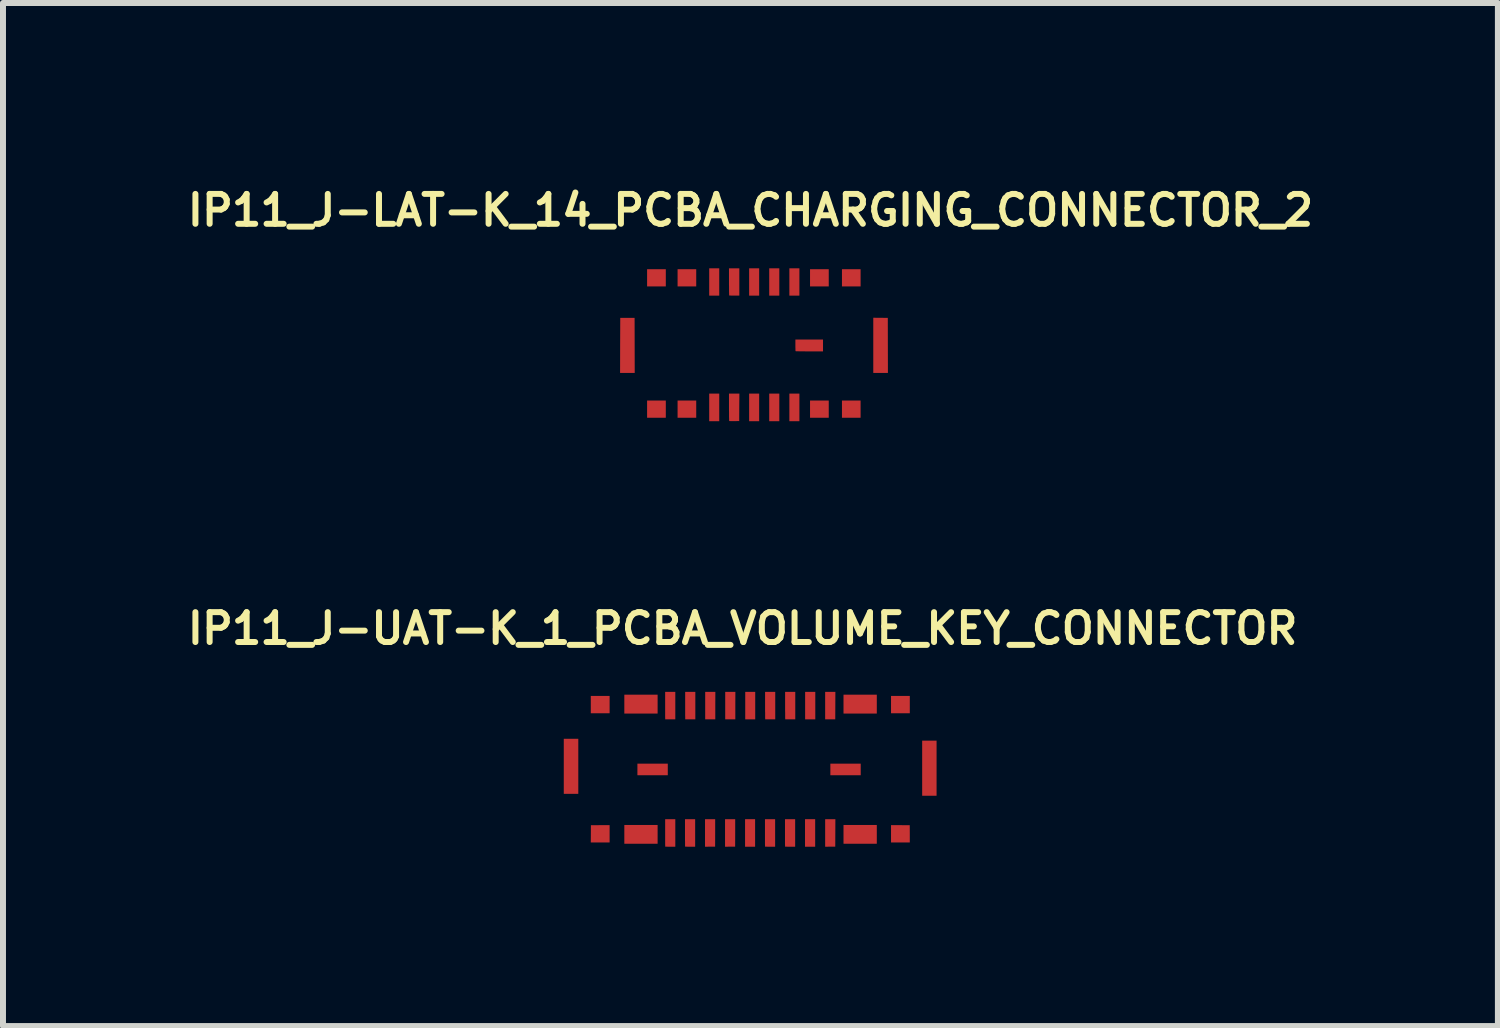
<source format=kicad_pcb>
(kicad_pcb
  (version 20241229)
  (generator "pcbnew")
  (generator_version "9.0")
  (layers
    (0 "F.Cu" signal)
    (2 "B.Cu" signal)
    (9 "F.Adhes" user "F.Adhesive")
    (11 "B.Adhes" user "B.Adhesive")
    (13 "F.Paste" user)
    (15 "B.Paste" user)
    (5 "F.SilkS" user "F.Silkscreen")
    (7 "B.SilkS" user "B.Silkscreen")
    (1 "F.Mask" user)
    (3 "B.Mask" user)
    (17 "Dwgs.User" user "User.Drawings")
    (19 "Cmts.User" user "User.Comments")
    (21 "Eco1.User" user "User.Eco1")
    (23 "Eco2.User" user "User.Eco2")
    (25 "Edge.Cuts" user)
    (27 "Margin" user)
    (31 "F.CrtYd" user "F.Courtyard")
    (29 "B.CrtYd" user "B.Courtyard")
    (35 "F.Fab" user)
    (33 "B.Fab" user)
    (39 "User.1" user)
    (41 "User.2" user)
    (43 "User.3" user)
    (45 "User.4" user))
  (footprint "IP11_J-UAT-K_1_PCBA_VOLUME_KEY_CONNECTOR"
    (layer "F.Cu")
    (at 9.499 9.815)
    (property "Reference" "IP11_J-UAT-K_1_PCBA_VOLUME_KEY_CONNECTOR" (at -0.125 -2.35 0) (layer "F.SilkS") (effects (font (size 0.5 0.5) (thickness 0.1) (bold yes))))
    (attr board_only exclude_from_pos_files exclude_from_bom)
    (pad "1" smd custom (at -1.325 1.075) (size 0.1 0.1) (layers "F.Cu" "F.Mask" "F.Paste") (options (anchor circle)) (primitives (gr_poly (pts (xy 0.074 -0.004) (xy 0.074 0.226) (xy -0.009 0.226) (xy -0.03 0.226) (xy -0.049 0.226) (xy -0.065 0.225) (xy -0.078 0.225) (xy -0.088 0.225) (xy -0.094 0.224) (xy -0.095 0.224) (xy -0.095 0.221) (xy -0.095 0.214) (xy -0.095 0.201) (xy -0.096 0.185) (xy -0.096 0.165) (xy -0.096 0.142) (xy -0.096 0.116) (xy -0.096 0.087) (xy -0.096 0.056) (xy -0.096 0.023) (xy -0.096 -0.006) (xy -0.096 -0.235) (xy -0.011 -0.235) (xy 0.074 -0.235)) (width 0) (fill yes))))
    (pad "2" smd custom (at -1 1.075) (size 0.1 0.1) (layers "F.Cu" "F.Mask" "F.Paste") (options (anchor circle)) (primitives (gr_poly (pts (xy 0.081 -0.004) (xy 0.081 0.226) (xy -0.002 0.226) (xy -0.022 0.226) (xy -0.041 0.226) (xy -0.057 0.225) (xy -0.071 0.225) (xy -0.081 0.225) (xy -0.086 0.224) (xy -0.087 0.224) (xy -0.087 0.221) (xy -0.088 0.214) (xy -0.088 0.201) (xy -0.088 0.185) (xy -0.088 0.165) (xy -0.088 0.142) (xy -0.089 0.116) (xy -0.089 0.087) (xy -0.089 0.056) (xy -0.089 0.023) (xy -0.089 -0.006) (xy -0.089 -0.235) (xy -0.004 -0.235) (xy 0.081 -0.235)) (width 0) (fill yes))))
    (pad "3" smd custom (at -0.65 1.075) (size 0.1 0.1) (layers "F.Cu" "F.Mask" "F.Paste") (options (anchor circle)) (primitives (gr_poly (pts (xy 0.066 -0.005) (xy 0.065 0.225) (xy -0.019 0.225) (xy -0.104 0.226) (xy -0.104 -0.004) (xy -0.104 -0.235) (xy -0.019 -0.235) (xy 0.066 -0.235)) (width 0) (fill yes))))
    (pad "4" smd custom (at -0.3 1.05) (size 0.1 0.1) (layers "F.Cu" "F.Mask" "F.Paste") (options (anchor circle)) (primitives (gr_poly (pts (xy 0.051 0.02) (xy 0.05 0.25) (xy -0.034 0.25) (xy -0.119 0.251) (xy -0.119 0.021) (xy -0.119 -0.21) (xy -0.034 -0.21) (xy 0.051 -0.21)) (width 0) (fill yes))))
    (pad "5" smd custom (at 0 1.075) (size 0.1 0.1) (layers "F.Cu" "F.Mask" "F.Paste") (options (anchor circle)) (primitives (gr_poly (pts (xy 0.084 -0.004) (xy 0.084 0.226) (xy 0 0.226) (xy -0.084 0.226) (xy -0.084 -0.004) (xy -0.084 -0.235) (xy 0 -0.235) (xy 0.084 -0.235)) (width 0) (fill yes))))
    (pad "6" smd custom (at 0.35 1.075) (size 0.1 0.1) (layers "F.Cu" "F.Mask" "F.Paste") (options (anchor circle)) (primitives (gr_poly (pts (xy 0.069 -0.004) (xy 0.069 0.226) (xy -0.015 0.226) (xy -0.035 0.226) (xy -0.054 0.226) (xy -0.07 0.225) (xy -0.083 0.225) (xy -0.093 0.225) (xy -0.099 0.224) (xy -0.1 0.224) (xy -0.1 0.221) (xy -0.1 0.214) (xy -0.1 0.201) (xy -0.101 0.185) (xy -0.101 0.165) (xy -0.101 0.142) (xy -0.101 0.116) (xy -0.101 0.087) (xy -0.101 0.056) (xy -0.101 0.023) (xy -0.101 -0.006) (xy -0.101 -0.235) (xy -0.016 -0.235) (xy 0.069 -0.235)) (width 0) (fill yes))))
    (pad "7" smd custom (at 0.65 1.05) (size 0.1 0.1) (layers "F.Cu" "F.Mask" "F.Paste") (options (anchor circle)) (primitives (gr_poly (pts (xy 0.104 0.021) (xy 0.104 0.251) (xy 0.021 0.251) (xy 0.000126 0.251) (xy -0.019 0.251) (xy -0.035 0.25) (xy -0.048 0.25) (xy -0.058 0.25) (xy -0.064 0.249) (xy -0.065 0.249) (xy -0.065 0.246) (xy -0.065 0.239) (xy -0.065 0.226) (xy -0.066 0.21) (xy -0.066 0.19) (xy -0.066 0.167) (xy -0.066 0.141) (xy -0.066 0.112) (xy -0.066 0.081) (xy -0.066 0.048) (xy -0.066 0.019) (xy -0.066 -0.21) (xy 0.019 -0.21) (xy 0.104 -0.21)) (width 0) (fill yes))))
    (pad "8" smd custom (at 1 1.075) (size 0.1 0.1) (layers "F.Cu" "F.Mask" "F.Paste") (options (anchor circle)) (primitives (gr_poly (pts (xy 0.089 -0.004) (xy 0.089 0.226) (xy 0.004 0.226) (xy -0.081 0.226) (xy -0.081 -0.004) (xy -0.081 -0.235) (xy 0.004 -0.235) (xy 0.089 -0.235)) (width 0) (fill yes))))
    (pad "9" smd custom (at 1.35 1.075) (size 0.1 0.1) (layers "F.Cu" "F.Mask" "F.Paste") (options (anchor circle)) (primitives (gr_poly (pts (xy 0.076 -0.005) (xy 0.075 0.225) (xy -0.009 0.225) (xy -0.094 0.226) (xy -0.094 -0.004) (xy -0.094 -0.235) (xy -0.009 -0.235) (xy 0.077 -0.235)) (width 0) (fill yes))))
    (pad "10" smd custom (at -1.325 -1.025) (size 0.01 0.01) (layers "F.Cu" "F.Mask" "F.Paste") (options (anchor circle)) (primitives (gr_poly (pts (xy 0.074 -0.035) (xy 0.074 0.195) (xy -0.009 0.195) (xy -0.03 0.195) (xy -0.049 0.195) (xy -0.065 0.195) (xy -0.078 0.195) (xy -0.088 0.194) (xy -0.094 0.194) (xy -0.095 0.194) (xy -0.095 0.191) (xy -0.095 0.183) (xy -0.095 0.171) (xy -0.096 0.155) (xy -0.096 0.135) (xy -0.096 0.111) (xy -0.096 0.085) (xy -0.096 0.056) (xy -0.096 0.025) (xy -0.096 -0.008) (xy -0.096 -0.037) (xy -0.096 -0.265) (xy -0.011 -0.265) (xy 0.074 -0.265)) (width 0) (fill yes))))
    (pad "11" smd custom (at -1 -1.05) (size 0.1 0.1) (layers "F.Cu" "F.Mask" "F.Paste") (options (anchor circle)) (primitives (gr_poly (pts (xy 0.084 -0.01) (xy 0.084 0.22) (xy 0.001 0.22) (xy -0.02 0.22) (xy -0.039 0.22) (xy -0.055 0.22) (xy -0.068 0.22) (xy -0.078 0.219) (xy -0.084 0.219) (xy -0.085 0.219) (xy -0.085 0.216) (xy -0.085 0.208) (xy -0.085 0.196) (xy -0.085 0.18) (xy -0.086 0.16) (xy -0.086 0.136) (xy -0.086 0.11) (xy -0.086 0.081) (xy -0.086 0.05) (xy -0.086 0.017) (xy -0.086 -0.012) (xy -0.086 -0.24) (xy -0.001 -0.24) (xy 0.084 -0.24)) (width 0) (fill yes))))
    (pad "12" smd custom (at -0.65 -1.05) (size 0.1 0.1) (layers "F.Cu" "F.Mask" "F.Paste") (options (anchor circle)) (primitives (gr_poly (pts (xy 0.068 -0.011) (xy 0.068 0.219) (xy -0.017 0.22) (xy -0.101 0.22) (xy -0.101 -0.01) (xy -0.101 -0.24) (xy -0.016 -0.24) (xy 0.069 -0.24)) (width 0) (fill yes))))
    (pad "13" smd custom (at -0.325 -1.025) (size 0.1 0.1) (layers "F.Cu" "F.Mask" "F.Paste") (options (anchor circle)) (primitives (gr_poly (pts (xy 0.078 -0.036) (xy 0.078 0.194) (xy -0.007 0.195) (xy -0.091 0.195) (xy -0.091 -0.035) (xy -0.091 -0.265) (xy -0.006 -0.265) (xy 0.079 -0.265)) (width 0) (fill yes))))
    (pad "14" smd custom (at 0 -1.05) (size 0.1 0.1) (layers "F.Cu" "F.Mask" "F.Paste") (options (anchor circle)) (primitives (gr_poly (pts (xy 0.086 -0.01) (xy 0.086 0.22) (xy 0.003 0.22) (xy -0.081 0.22) (xy -0.081 -0.01) (xy -0.081 -0.24) (xy 0.003 -0.24) (xy 0.086 -0.24)) (width 0) (fill yes))))
    (pad "15" smd custom (at 0.325 -1.1) (size 0.1 0.1) (layers "F.Cu" "F.Mask" "F.Paste") (options (anchor circle)) (primitives (gr_poly (pts (xy 0.096 0.04) (xy 0.096 0.27) (xy 0.013 0.27) (xy -0.007 0.27) (xy -0.026 0.27) (xy -0.042 0.27) (xy -0.056 0.27) (xy -0.065 0.269) (xy -0.071 0.269) (xy -0.072 0.269) (xy -0.072 0.266) (xy -0.072 0.258) (xy -0.073 0.246) (xy -0.073 0.23) (xy -0.073 0.21) (xy -0.073 0.186) (xy -0.073 0.16) (xy -0.074 0.131) (xy -0.074 0.1) (xy -0.074 0.067) (xy -0.074 0.038) (xy -0.074 -0.19) (xy 0.011 -0.19) (xy 0.096 -0.19)) (width 0) (fill yes))))
    (pad "16" smd custom (at 0.675 -1.075) (size 0.1 0.1) (layers "F.Cu" "F.Mask" "F.Paste") (options (anchor circle)) (primitives (gr_poly (pts (xy 0.081 0.015) (xy 0.081 0.245) (xy -0.002 0.245) (xy -0.022 0.245) (xy -0.041 0.245) (xy -0.057 0.245) (xy -0.071 0.245) (xy -0.08 0.244) (xy -0.086 0.244) (xy -0.087 0.244) (xy -0.087 0.241) (xy -0.087 0.233) (xy -0.088 0.221) (xy -0.088 0.205) (xy -0.088 0.185) (xy -0.088 0.161) (xy -0.088 0.135) (xy -0.089 0.106) (xy -0.089 0.075) (xy -0.089 0.042) (xy -0.089 0.013) (xy -0.089 -0.215) (xy -0.004 -0.215) (xy 0.081 -0.215)) (width 0) (fill yes))))
    (pad "17" smd custom (at 1 -1.075) (size 0.1 0.1) (layers "F.Cu" "F.Mask" "F.Paste") (options (anchor circle)) (primitives (gr_poly (pts (xy 0.091 0.015) (xy 0.091 0.245) (xy 0.006 0.245) (xy -0.079 0.245) (xy -0.079 0.015) (xy -0.079 -0.215) (xy 0.006 -0.215) (xy 0.091 -0.215)) (width 0) (fill yes))))
    (pad "18" smd custom (at 1.325 -1.075) (size 0.1 0.1) (layers "F.Cu" "F.Mask" "F.Paste") (options (anchor circle)) (primitives (gr_poly (pts (xy 0.101 0.014) (xy 0.1 0.244) (xy 0.016 0.245) (xy -0.069 0.245) (xy -0.069 0.015) (xy -0.069 -0.215) (xy 0.016 -0.215) (xy 0.102 -0.215)) (width 0) (fill yes))))
    (pad "19" smd custom (at -1.85 1.15) (size 0.001 0.001) (layers "F.Cu" "F.Mask" "F.Paste") (options (anchor circle)) (primitives (gr_poly (pts (xy 0.303 -0.056) (xy 0.303 0.101) (xy 0.024 0.101) (xy -0.254 0.101) (xy -0.254 -0.056) (xy -0.254 -0.213) (xy 0.024 -0.213) (xy 0.303 -0.213)) (width 0) (fill yes))))
    (pad "20" smd custom (at -2.525 1.075) (size 0.001 0.001) (layers "F.Cu" "F.Mask" "F.Paste") (options (anchor circle)) (primitives (gr_poly (pts (xy 0.175 0.01) (xy 0.175 0.155) (xy 0.017 0.155) (xy -0.14 0.155) (xy -0.139 0.011) (xy -0.138 -0.134) (xy 0.018 -0.135) (xy 0.175 -0.135)) (width 0) (fill yes))))
    (pad "21" smd custom (at -3 -0.05) (size 0.001 0.001) (layers "F.Cu" "F.Mask" "F.Paste") (options (anchor circle)) (primitives (gr_poly (pts (xy 0.126 0.006) (xy 0.126 0.466) (xy 0.004 0.466) (xy -0.117 0.466) (xy -0.117 0.006) (xy -0.117 -0.455) (xy 0.004 -0.455) (xy 0.126 -0.455)) (width 0) (fill yes))))
    (pad "22" smd custom (at -2.5 -1.1) (size 0.1 0.1) (layers "F.Cu" "F.Mask" "F.Paste") (options (anchor circle)) (primitives (gr_poly (pts (xy 0.15 0.023) (xy 0.15 0.168) (xy -0.008 0.168) (xy -0.165 0.168) (xy -0.165 0.023) (xy -0.165 -0.122) (xy -0.008 -0.122) (xy 0.15 -0.122)) (width 0) (fill yes))))
    (pad "23" smd custom (at -1.825 -1.1) (size 0.1 0.1) (layers "F.Cu" "F.Mask" "F.Paste") (options (anchor circle)) (primitives (gr_poly (pts (xy 0.278 0.015) (xy 0.278 0.173) (xy -0.001 0.173) (xy -0.279 0.173) (xy -0.279 0.015) (xy -0.279 -0.143) (xy -0.001 -0.143) (xy 0.278 -0.143)) (width 0) (fill yes))))
    (pad "24" smd custom (at 1.825 -1.075) (size 0.1 0.1) (layers "F.Cu" "F.Mask" "F.Paste") (options (anchor circle)) (primitives (gr_poly (pts (xy 0.295 -0.01) (xy 0.295 0.148) (xy 0.016 0.148) (xy -0.262 0.148) (xy -0.262 -0.01) (xy -0.262 -0.168) (xy 0.016 -0.168) (xy 0.295 -0.168)) (width 0) (fill yes))))
    (pad "25" smd custom (at 2.6 -1.075) (size 0.1 0.1) (layers "F.Cu" "F.Mask" "F.Paste") (options (anchor circle)) (primitives (gr_poly (pts (xy 0.072 -0.002) (xy 0.072 0.143) (xy -0.085 0.143) (xy -0.242 0.143) (xy -0.242 -0.002) (xy -0.242 -0.147) (xy -0.085 -0.147) (xy 0.072 -0.147)) (width 0) (fill yes))))
    (pad "26" smd custom (at 2.975 0) (size 0.1 0.1) (layers "F.Cu" "F.Mask" "F.Paste") (options (anchor circle)) (primitives (gr_poly (pts (xy 0.145 -0.013) (xy 0.145 0.448) (xy 0.025 0.448) (xy -0.096 0.448) (xy -0.096 -0.013) (xy -0.096 -0.474) (xy 0.025 -0.474) (xy 0.145 -0.474)) (width 0) (fill yes))))
    (pad "27" smd custom (at 2.5 1.075) (size 0.1 0.1) (layers "F.Cu" "F.Mask" "F.Paste") (options (anchor circle)) (primitives (gr_poly (pts (xy 0.015 -0.135) (xy 0.171 -0.134) (xy 0.172 0.011) (xy 0.172 0.155) (xy 0.015 0.155) (xy -0.142 0.155) (xy -0.142 0.01) (xy -0.142 -0.135)) (width 0) (fill yes))))
    (pad "28" smd custom (at 1.875 1.075) (size 0.1 0.1) (layers "F.Cu" "F.Mask" "F.Paste") (options (anchor circle)) (primitives (gr_poly (pts (xy 0.245 0.019) (xy 0.245 0.176) (xy -0.034 0.176) (xy -0.312 0.176) (xy -0.312 0.019) (xy -0.312 -0.138) (xy -0.034 -0.138) (xy 0.245 -0.138)) (width 0) (fill yes))))
    (pad "29" smd custom (at 1.575 0.025) (size 0.1 0.1) (layers "F.Cu" "F.Mask" "F.Paste") (options (anchor circle)) (primitives (gr_poly (pts (xy 0.276 -0.017) (xy 0.276 0.08) (xy 0.022 0.08) (xy -0.232 0.08) (xy -0.232 -0.017) (xy -0.232 -0.114) (xy 0.022 -0.114) (xy 0.276 -0.114)) (width 0) (fill yes))))
    (pad "30" smd custom (at -1.625 0) (size 0.1 0.1) (layers "F.Cu" "F.Mask" "F.Paste") (options (anchor circle)) (primitives (gr_poly (pts (xy 0.248 0.008) (xy 0.248 0.105) (xy -0.006 0.105) (xy -0.26 0.105) (xy -0.26 0.008) (xy -0.26 -0.089) (xy -0.006 -0.089) (xy 0.248 -0.089)) (width 0) (fill yes)))))
  (footprint "IP11_J-LAT-K_14_PCBA_CHARGING_CONNECTOR_2"
    (layer "F.Cu")
    (at 9.555 2.718)
    (property "Reference" "IP11_J-LAT-K_14_PCBA_CHARGING_CONNECTOR_2" (at -0.05 -2.25 0) (layer "F.SilkS") (effects (font (size 0.5 0.5) (thickness 0.1))))
    (attr board_only exclude_from_pos_files exclude_from_bom allow_missing_courtyard)
    (pad "1" smd custom (at -0.65 1.05) (size 0.1 0.1) (layers "F.Cu" "F.Mask" "F.Paste") (options (anchor circle)) (primitives (gr_poly (pts (xy 0.078 -0.002) (xy 0.078 0.229) (xy -0.006 0.229) (xy -0.09 0.229) (xy -0.09 -0.002) (xy -0.09 -0.233) (xy -0.006 -0.233) (xy 0.078 -0.233)) (width 0) (fill yes))))
    (pad "2" smd custom (at -0.325 1.05) (size 0.1 0.1) (layers "F.Cu" "F.Mask" "F.Paste") (options (anchor circle)) (primitives (gr_poly (pts (xy 0.088 -0.003) (xy 0.087 0.226) (xy 0.005 0.228) (xy -0.022 0.228) (xy -0.046 0.228) (xy -0.065 0.227) (xy -0.077 0.227) (xy -0.08 0.226) (xy -0.081 0.22) (xy -0.082 0.206) (xy -0.082 0.185) (xy -0.083 0.156) (xy -0.083 0.122) (xy -0.083 0.083) (xy -0.084 0.04) (xy -0.084 -0.005) (xy -0.084 -0.233) (xy 0.003 -0.233) (xy 0.09 -0.233)) (width 0) (fill yes))))
    (pad "3" smd custom (at 0.025 1.05) (size 0.1 0.1) (layers "F.Cu" "F.Mask" "F.Paste") (options (anchor circle)) (primitives (gr_poly (pts (xy 0.071 -0.002) (xy 0.071 0.229) (xy -0.013 0.229) (xy -0.097 0.229) (xy -0.097 -0.002) (xy -0.097 -0.233) (xy -0.013 -0.233) (xy 0.071 -0.233)) (width 0) (fill yes))))
    (pad "4" smd custom (at 0.35 1.05) (size 0.1 0.1) (layers "F.Cu" "F.Mask" "F.Paste") (options (anchor circle)) (primitives (gr_poly (pts (xy 0.083 -0.002) (xy 0.083 0.229) (xy -0.001 0.229) (xy -0.086 0.229) (xy -0.086 -0.002) (xy -0.086 -0.233) (xy -0.001 -0.233) (xy 0.083 -0.233)) (width 0) (fill yes))))
    (pad "5" smd custom (at 0.7 1.05) (size 0.1 0.1) (layers "F.Cu" "F.Mask" "F.Paste") (options (anchor circle)) (primitives (gr_poly (pts (xy 0.069 -0.002) (xy 0.069 0.229) (xy -0.015 0.229) (xy -0.099 0.229) (xy -0.099 -0.002) (xy -0.099 -0.233) (xy -0.015 -0.233) (xy 0.069 -0.233)) (width 0) (fill yes))))
    (pad "6" smd custom (at -0.65 -1.025) (size 0.1 0.1) (layers "F.Cu" "F.Mask" "F.Paste") (options (anchor circle)) (primitives (gr_poly (pts (xy 0.078 -0.026) (xy 0.078 0.203) (xy -0.006 0.203) (xy -0.09 0.203) (xy -0.09 -0.026) (xy -0.09 -0.254) (xy -0.006 -0.254) (xy 0.078 -0.254)) (width 0) (fill yes))))
    (pad "7" smd custom (at -0.325 -1.05) (size 0.1 0.1) (layers "F.Cu" "F.Mask" "F.Paste") (options (anchor circle)) (primitives (gr_poly (pts (xy 0.089 -0.001) (xy 0.089 0.228) (xy 0.006 0.228) (xy -0.021 0.228) (xy -0.045 0.227) (xy -0.064 0.226) (xy -0.077 0.226) (xy -0.08 0.225) (xy -0.081 0.219) (xy -0.082 0.205) (xy -0.082 0.184) (xy -0.083 0.155) (xy -0.083 0.121) (xy -0.083 0.082) (xy -0.084 0.039) (xy -0.084 -0.004) (xy -0.084 -0.229) (xy 0.003 -0.229) (xy 0.089 -0.229)) (width 0) (fill yes))))
    (pad "8" smd custom (at 0 -1.05) (size 0.1 0.1) (layers "F.Cu" "F.Mask" "F.Paste") (options (anchor circle)) (primitives (gr_poly (pts (xy 0.096 -0.001) (xy 0.096 0.228) (xy 0.012 0.228) (xy -0.072 0.228) (xy -0.072 -0.001) (xy -0.072 -0.229) (xy 0.012 -0.229) (xy 0.096 -0.229)) (width 0) (fill yes))))
    (pad "9" smd custom (at 0.375 -1.05) (size 0.1 0.1) (layers "F.Cu" "F.Mask" "F.Paste") (options (anchor circle)) (primitives (gr_poly (pts (xy 0.058 -0.001) (xy 0.058 0.228) (xy -0.026 0.228) (xy -0.111 0.228) (xy -0.111 -0.001) (xy -0.111 -0.229) (xy -0.026 -0.229) (xy 0.058 -0.229)) (width 0) (fill yes))))
    (pad "10" smd custom (at 0.675 -1.05) (size 0.1 0.1) (layers "F.Cu" "F.Mask" "F.Paste") (options (anchor circle)) (primitives (gr_poly (pts (xy 0.094 -0.001) (xy 0.094 0.228) (xy 0.01 0.228) (xy -0.074 0.228) (xy -0.074 -0.001) (xy -0.074 -0.229) (xy 0.01 -0.229) (xy 0.094 -0.229)) (width 0) (fill yes))))
    (pad "11" smd custom (at -1.125 1.075) (size 0.01 0.01) (layers "F.Cu" "F.Mask" "F.Paste") (options (anchor circle)) (primitives (gr_poly (pts (xy 0.168 0.002) (xy 0.168 0.146) (xy 0.012 0.146) (xy -0.144 0.146) (xy -0.144 0.002) (xy -0.144 -0.142) (xy 0.012 -0.142) (xy 0.168 -0.142)) (width 0) (fill yes))))
    (pad "12" smd custom (at -1.1 -1.125) (size 0.1 0.1) (layers "F.Cu" "F.Mask" "F.Paste") (options (anchor circle)) (primitives (gr_poly (pts (xy 0.143 0.005) (xy 0.143 0.149) (xy -0.013 0.149) (xy -0.169 0.149) (xy -0.169 0.005) (xy -0.169 -0.139) (xy -0.013 -0.139) (xy 0.143 -0.139)) (width 0) (fill yes))))
    (pad "13" smd custom (at 1.1 1.075) (size 0.1 0.1) (layers "F.Cu" "F.Mask" "F.Paste") (options (anchor circle)) (primitives (gr_poly (pts (xy 0.16 0.002) (xy 0.16 0.146) (xy 0.003 0.146) (xy -0.153 0.146) (xy -0.153 0.002) (xy -0.153 -0.142) (xy 0.003 -0.142) (xy 0.16 -0.142)) (width 0) (fill yes))))
    (pad "14" smd custom (at 1.1 -1.125) (size 0.1 0.1) (layers "F.Cu" "F.Mask" "F.Paste") (options (anchor circle)) (primitives (gr_poly (pts (xy 0.16 0.005) (xy 0.16 0.149) (xy 0.003 0.149) (xy -0.153 0.149) (xy -0.153 0.005) (xy -0.153 -0.139) (xy 0.003 -0.139) (xy 0.16 -0.139)) (width 0) (fill yes))))
    (pad "15" smd custom (at -1.625 1.075) (size 0.1 0.1) (layers "F.Cu" "F.Mask" "F.Paste") (options (anchor circle)) (primitives (gr_poly (pts (xy 0.159 0.002) (xy 0.159 0.146) (xy 0.002 0.146) (xy -0.154 0.146) (xy -0.154 0.002) (xy -0.154 -0.142) (xy 0.002 -0.142) (xy 0.159 -0.142)) (width 0) (fill yes))))
    (pad "16" smd custom (at -1.6 -1.125) (size 0.1 0.1) (layers "F.Cu" "F.Mask" "F.Paste") (options (anchor circle)) (primitives (gr_poly (pts (xy 0.134 0.005) (xy 0.134 0.149) (xy -0.023 0.149) (xy -0.179 0.149) (xy -0.179 0.005) (xy -0.179 -0.139) (xy -0.023 -0.139) (xy 0.134 -0.139)) (width 0) (fill yes))))
    (pad "17" smd custom (at 1.65 1.075) (size 0.1 0.1) (layers "F.Cu" "F.Mask" "F.Paste") (options (anchor circle)) (primitives (gr_poly (pts (xy 0.143 0.002) (xy 0.143 0.146) (xy -0.013 0.146) (xy -0.169 0.146) (xy -0.169 0.002) (xy -0.169 -0.142) (xy -0.013 -0.142) (xy 0.143 -0.142)) (width 0) (fill yes))))
    (pad "18" smd custom (at 1.675 -1.125) (size 0.1 0.1) (layers "F.Cu" "F.Mask" "F.Paste") (options (anchor circle)) (primitives (gr_poly (pts (xy 0.118 0.005) (xy 0.118 0.149) (xy -0.038 0.149) (xy -0.194 0.149) (xy -0.194 0.005) (xy -0.194 -0.139) (xy -0.038 -0.139) (xy 0.118 -0.139)) (width 0) (fill yes))))
    (pad "19" smd custom (at -2.1 0.025) (size 0.01 0.01) (layers "F.Cu" "F.Mask" "F.Paste") (options (anchor circle)) (primitives (gr_poly (pts (xy 0.113 -0.014) (xy 0.114 0.446) (xy -0.008 0.446) (xy -0.131 0.446) (xy -0.13 -0.014) (xy -0.128 -0.475) (xy -0.008 -0.475) (xy 0.112 -0.475)) (width 0) (fill yes))))
    (pad "20" smd custom (at 0.925 0) (size 0.1 0.1) (layers "F.Cu" "F.Mask" "F.Paste") (options (anchor circle)) (primitives (gr_poly (pts (xy 0.239 0.012) (xy 0.239 0.111) (xy 0.011 0.111) (xy -0.035 0.111) (xy -0.078 0.11) (xy -0.117 0.11) (xy -0.151 0.11) (xy -0.179 0.109) (xy -0.201 0.109) (xy -0.215 0.108) (xy -0.22 0.107) (xy -0.221 0.102) (xy -0.222 0.088) (xy -0.222 0.068) (xy -0.223 0.042) (xy -0.223 0.014) (xy -0.223 0.009) (xy -0.223 -0.087) (xy 0.008 -0.087) (xy 0.239 -0.087)) (width 0) (fill yes))))
    (pad "21" smd custom (at 2.125 0.025) (size 0.1 0.1) (layers "F.Cu" "F.Mask" "F.Paste") (options (anchor circle)) (primitives (gr_poly (pts (xy 0.001 -0.476) (xy 0.123 -0.475) (xy 0.124 -0.014) (xy 0.125 0.446) (xy 0.003 0.446) (xy -0.12 0.446) (xy -0.12 -0.015) (xy -0.12 -0.477)) (width 0) (fill yes)))))
  (gr_rect
    (start -3 -3)
    (end 22.01 14.116)
    (stroke (width 0.1) (type default))
    (fill no)
    (layer "Edge.Cuts")))
</source>
